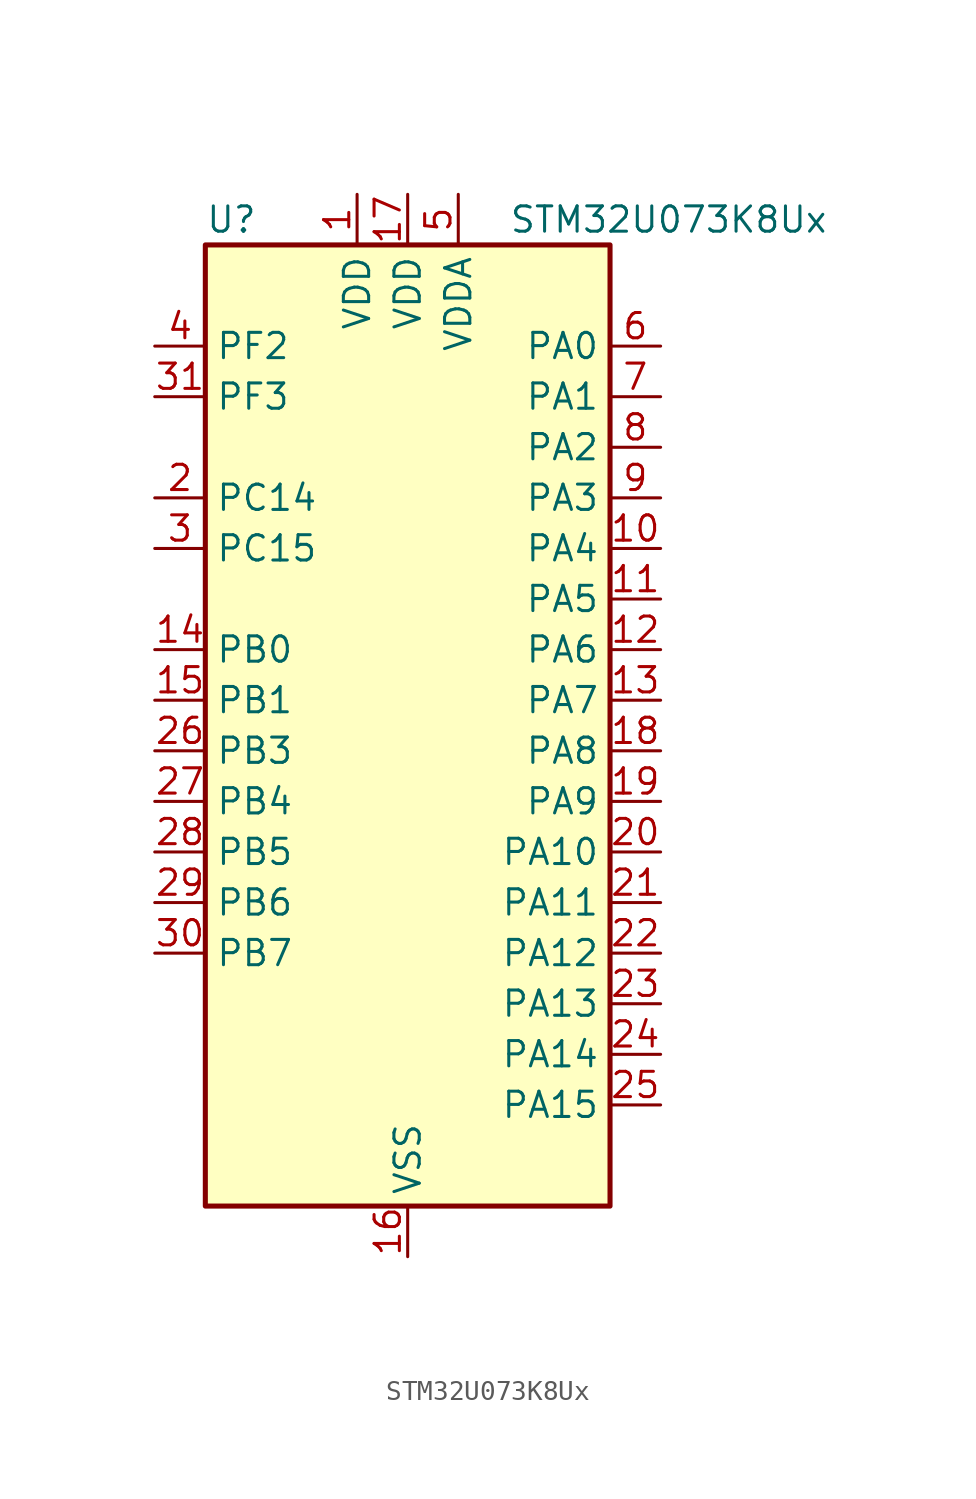
<source format=kicad_sym>
(kicad_symbol_lib
  (version 20241209)
  (generator "kicad_symbol_editor")
  (generator_version "9.0")
  (symbol "STM32U073K8Ux"
    (property "Reference" "U"
      (at -10.16 26.67 0)
      (effects (font (size 1.27 1.27)) (justify left)))
    (property "Value" "STM32U073K8Ux"
      (at 5.08 26.67 0)
      (effects (font (size 1.27 1.27)) (justify left)))
    (symbol "STM32U073K8Ux_0_1"
      (rectangle (start -10.16 -22.86) (end 10.16 25.4) (stroke (width 0.254) (type default)) (fill (type background))))
    (symbol "STM32U073K8Ux_1_1"
      (pin bidirectional line (at -12.7 20.32 0) (length 2.54) (name "PF2" (effects (font (size 1.27 1.27)))) (number "4" (effects (font (size 1.27 1.27)))) (alternate "RCC_MCO" bidirectional line))
      (pin bidirectional line (at -12.7 17.78 0) (length 2.54) (name "PF3" (effects (font (size 1.27 1.27)))) (number "31" (effects (font (size 1.27 1.27)))))
      (pin bidirectional line (at -12.7 12.7 0) (length 2.54) (name "PC14" (effects (font (size 1.27 1.27)))) (number "2" (effects (font (size 1.27 1.27)))) (alternate "RCC_OSC32_IN" bidirectional line))
      (pin bidirectional line (at -12.7 10.16 0) (length 2.54) (name "PC15" (effects (font (size 1.27 1.27)))) (number "3" (effects (font (size 1.27 1.27)))) (alternate "RCC_OSC32_EN" bidirectional line) (alternate "RCC_OSC32_OUT" bidirectional line) (alternate "RCC_OSC_EN" bidirectional line))
      (pin bidirectional line (at -12.7 5.08 0) (length 2.54) (name "PB0" (effects (font (size 1.27 1.27)))) (number "14" (effects (font (size 1.27 1.27)))) (alternate "ADC1_IN17" bidirectional line) (alternate "COMP1_OUT" bidirectional line) (alternate "LCD_SEG5" bidirectional line) (alternate "LPTIM3_CH1" bidirectional line) (alternate "LPUART2_CTS" bidirectional line) (alternate "SPI1_NSS" bidirectional line) (alternate "TIM1_CH2N" bidirectional line) (alternate "TIM3_CH3" bidirectional line) (alternate "TSC_G5_IO2" bidirectional line) (alternate "USART3_CK" bidirectional line))
      (pin bidirectional line (at -12.7 2.54 0) (length 2.54) (name "PB1" (effects (font (size 1.27 1.27)))) (number "15" (effects (font (size 1.27 1.27)))) (alternate "ADC1_IN18" bidirectional line) (alternate "COMP1_INM" bidirectional line) (alternate "LCD_SEG6" bidirectional line) (alternate "LPTIM2_IN1" bidirectional line) (alternate "LPTIM3_CH2" bidirectional line) (alternate "LPUART1_DE" bidirectional line) (alternate "LPUART1_RTS" bidirectional line) (alternate "LPUART2_DE" bidirectional line) (alternate "LPUART2_RTS" bidirectional line) (alternate "TIM1_CH3N" bidirectional line) (alternate "TIM3_CH4" bidirectional line) (alternate "TSC_SYNC" bidirectional line) (alternate "USART3_DE" bidirectional line) (alternate "USART3_RTS" bidirectional line))
      (pin bidirectional line (at -12.7 0 0) (length 2.54) (name "PB3" (effects (font (size 1.27 1.27)))) (number "26" (effects (font (size 1.27 1.27)))) (alternate "COMP2_INM" bidirectional line) (alternate "DEBUG_JTDO-SWO" bidirectional line) (alternate "I2C2_SCL" bidirectional line) (alternate "I2C3_SCL" bidirectional line) (alternate "LCD_SEG7" bidirectional line) (alternate "LPTIM1_CH3" bidirectional line) (alternate "SPI1_SCK" bidirectional line) (alternate "SPI3_SCK" bidirectional line) (alternate "TIM2_CH2" bidirectional line) (alternate "USART1_DE" bidirectional line) (alternate "USART1_RTS" bidirectional line))
      (pin bidirectional line (at -12.7 -2.54 0) (length 2.54) (name "PB4" (effects (font (size 1.27 1.27)))) (number "27" (effects (font (size 1.27 1.27)))) (alternate "COMP2_INP" bidirectional line) (alternate "I2C2_SDA" bidirectional line) (alternate "I2C3_SDA" bidirectional line) (alternate "LCD_SEG8" bidirectional line) (alternate "LPTIM1_CH4" bidirectional line) (alternate "LPUART3_DE" bidirectional line) (alternate "LPUART3_RTS" bidirectional line) (alternate "SPI1_MISO" bidirectional line) (alternate "SPI3_MISO" bidirectional line) (alternate "TIM3_CH1" bidirectional line) (alternate "TSC_G2_IO1" bidirectional line) (alternate "USART1_CTS" bidirectional line))
      (pin bidirectional line (at -12.7 -5.08 0) (length 2.54) (name "PB5" (effects (font (size 1.27 1.27)))) (number "28" (effects (font (size 1.27 1.27)))) (alternate "COMP2_OUT" bidirectional line) (alternate "LCD_SEG9" bidirectional line) (alternate "LPTIM1_IN1" bidirectional line) (alternate "LPUART3_CTS" bidirectional line) (alternate "SPI1_MOSI" bidirectional line) (alternate "SPI3_MOSI" bidirectional line) (alternate "TIM16_BKIN" bidirectional line) (alternate "TIM3_CH2" bidirectional line) (alternate "TSC_G2_IO2" bidirectional line) (alternate "USART1_CK" bidirectional line))
      (pin bidirectional line (at -12.7 -7.62 0) (length 2.54) (name "PB6" (effects (font (size 1.27 1.27)))) (number "29" (effects (font (size 1.27 1.27)))) (alternate "COMP2_INP" bidirectional line) (alternate "I2C1_SCL" bidirectional line) (alternate "I2C2_SCL" bidirectional line) (alternate "I2C4_SCL" bidirectional line) (alternate "LPTIM1_ETR" bidirectional line) (alternate "LPUART2_TX" bidirectional line) (alternate "LPUART3_TX" bidirectional line) (alternate "TIM16_CH1N" bidirectional line) (alternate "TSC_G2_IO3" bidirectional line) (alternate "USART1_TX" bidirectional line))
      (pin bidirectional line (at -12.7 -10.16 0) (length 2.54) (name "PB7" (effects (font (size 1.27 1.27)))) (number "30" (effects (font (size 1.27 1.27)))) (alternate "COMP2_INM" bidirectional line) (alternate "I2C1_SDA" bidirectional line) (alternate "I2C2_SDA" bidirectional line) (alternate "I2C4_SDA" bidirectional line) (alternate "LCD_SEG21" bidirectional line) (alternate "LPTIM1_IN2" bidirectional line) (alternate "LPUART2_RX" bidirectional line) (alternate "LPUART3_RX" bidirectional line) (alternate "PWR_PVD_IN" bidirectional line) (alternate "TSC_G2_IO4" bidirectional line) (alternate "USART1_RX" bidirectional line) (alternate "USART4_CTS" bidirectional line))
      (pin power_in line (at -2.54 27.94 270) (length 2.54) (name "VDD" (effects (font (size 1.27 1.27)))) (number "1" (effects (font (size 1.27 1.27)))))
      (pin power_in line (at 0 27.94 270) (length 2.54) (name "VDD" (effects (font (size 1.27 1.27)))) (number "17" (effects (font (size 1.27 1.27)))))
      (pin power_in line (at 0 -25.4 90) (length 2.54) (name "VSS" (effects (font (size 1.27 1.27)))) (number "16" (effects (font (size 1.27 1.27)))))
      (pin passive line (at 0 -25.4 90) (length 2.54) (hide yes) (name "VSS" (effects (font (size 1.27 1.27)))) (number "32" (effects (font (size 1.27 1.27)))))
      (pin passive line (at 0 -25.4 90) (length 2.54) (hide yes) (name "VSS" (effects (font (size 1.27 1.27)))) (number "33" (effects (font (size 1.27 1.27)))))
      (pin power_in line (at 2.54 27.94 270) (length 2.54) (name "VDDA" (effects (font (size 1.27 1.27)))) (number "5" (effects (font (size 1.27 1.27)))))
      (pin bidirectional line (at 12.7 20.32 180) (length 2.54) (name "PA0" (effects (font (size 1.27 1.27)))) (number "6" (effects (font (size 1.27 1.27)))) (alternate "ADC1_IN4" bidirectional line) (alternate "COMP1_INM" bidirectional line) (alternate "COMP1_OUT" bidirectional line) (alternate "LCD_SEG42" bidirectional line) (alternate "OPAMP1_VINP" bidirectional line) (alternate "PWR_WKUP1" bidirectional line) (alternate "TAMP_IN2" bidirectional line) (alternate "TIM2_CH1" bidirectional line) (alternate "TIM2_ETR" bidirectional line) (alternate "USART2_CTS" bidirectional line) (alternate "USART4_TX" bidirectional line))
      (pin bidirectional line (at 12.7 17.78 180) (length 2.54) (name "PA1" (effects (font (size 1.27 1.27)))) (number "7" (effects (font (size 1.27 1.27)))) (alternate "ADC1_IN5" bidirectional line) (alternate "COMP1_INP" bidirectional line) (alternate "LCD_SEG0" bidirectional line) (alternate "LPTIM1_CH2" bidirectional line) (alternate "OPAMP1_VINM" bidirectional line) (alternate "PWR_WKUP3" bidirectional line) (alternate "SPI1_SCK" bidirectional line) (alternate "SPI2_SCK" bidirectional line) (alternate "TAMP_IN5" bidirectional line) (alternate "TIM15_CH1N" bidirectional line) (alternate "TIM2_CH2" bidirectional line) (alternate "USART2_DE" bidirectional line) (alternate "USART2_RTS" bidirectional line) (alternate "USART4_RX" bidirectional line))
      (pin bidirectional line (at 12.7 15.24 180) (length 2.54) (name "PA2" (effects (font (size 1.27 1.27)))) (number "8" (effects (font (size 1.27 1.27)))) (alternate "ADC1_IN6" bidirectional line) (alternate "COMP2_INM" bidirectional line) (alternate "COMP2_OUT" bidirectional line) (alternate "LCD_SEG1" bidirectional line) (alternate "LPUART1_TX" bidirectional line) (alternate "PWR_WKUP4" bidirectional line) (alternate "RCC_LSCO" bidirectional line) (alternate "TIM15_CH1" bidirectional line) (alternate "TIM2_CH3" bidirectional line) (alternate "USART2_TX" bidirectional line))
      (pin bidirectional line (at 12.7 12.7 180) (length 2.54) (name "PA3" (effects (font (size 1.27 1.27)))) (number "9" (effects (font (size 1.27 1.27)))) (alternate "ADC1_IN7" bidirectional line) (alternate "COMP2_INP" bidirectional line) (alternate "LCD_SEG2" bidirectional line) (alternate "LPUART1_RX" bidirectional line) (alternate "OPAMP1_VOUT" bidirectional line) (alternate "TIM15_CH2" bidirectional line) (alternate "TIM2_CH4" bidirectional line) (alternate "USART2_RX" bidirectional line))
      (pin bidirectional line (at 12.7 10.16 180) (length 2.54) (name "PA4" (effects (font (size 1.27 1.27)))) (number "10" (effects (font (size 1.27 1.27)))) (alternate "ADC1_IN8" bidirectional line) (alternate "COMP1_INM" bidirectional line) (alternate "COMP2_INM" bidirectional line) (alternate "DAC1_OUT1" bidirectional line) (alternate "LCD_SEG43" bidirectional line) (alternate "LPTIM2_CH1" bidirectional line) (alternate "LPUART3_TX" bidirectional line) (alternate "SPI1_NSS" bidirectional line) (alternate "SPI3_NSS" bidirectional line) (alternate "USART2_CK" bidirectional line))
      (pin bidirectional line (at 12.7 7.62 180) (length 2.54) (name "PA5" (effects (font (size 1.27 1.27)))) (number "11" (effects (font (size 1.27 1.27)))) (alternate "ADC1_IN9" bidirectional line) (alternate "COMP1_INM" bidirectional line) (alternate "COMP2_INM" bidirectional line) (alternate "LCD_SEG44" bidirectional line) (alternate "LPTIM2_ETR" bidirectional line) (alternate "LPUART3_RX" bidirectional line) (alternate "SPI1_SCK" bidirectional line) (alternate "TIM2_CH1" bidirectional line) (alternate "TIM2_ETR" bidirectional line) (alternate "USART3_TX" bidirectional line))
      (pin bidirectional line (at 12.7 5.08 180) (length 2.54) (name "PA6" (effects (font (size 1.27 1.27)))) (number "12" (effects (font (size 1.27 1.27)))) (alternate "ADC1_IN10" bidirectional line) (alternate "COMP1_OUT" bidirectional line) (alternate "I2C2_SDA" bidirectional line) (alternate "I2C3_SDA" bidirectional line) (alternate "LCD_SEG3" bidirectional line) (alternate "LPUART1_CTS" bidirectional line) (alternate "SPI1_MISO" bidirectional line) (alternate "TIM16_CH1" bidirectional line) (alternate "TIM1_BKIN" bidirectional line) (alternate "TIM3_CH1" bidirectional line) (alternate "TSC_G5_IO1" bidirectional line) (alternate "USART3_CTS" bidirectional line))
      (pin bidirectional line (at 12.7 2.54 180) (length 2.54) (name "PA7" (effects (font (size 1.27 1.27)))) (number "13" (effects (font (size 1.27 1.27)))) (alternate "ADC1_IN14" bidirectional line) (alternate "COMP2_OUT" bidirectional line) (alternate "I2C2_SCL" bidirectional line) (alternate "I2C3_SCL" bidirectional line) (alternate "LCD_SEG4" bidirectional line) (alternate "LPTIM2_CH2" bidirectional line) (alternate "SPI1_MOSI" bidirectional line) (alternate "TIM1_CH1N" bidirectional line) (alternate "TIM3_CH2" bidirectional line) (alternate "USART3_RX" bidirectional line))
      (pin bidirectional line (at 12.7 0 180) (length 2.54) (name "PA8" (effects (font (size 1.27 1.27)))) (number "18" (effects (font (size 1.27 1.27)))) (alternate "LCD_COM0" bidirectional line) (alternate "LPTIM2_CH1" bidirectional line) (alternate "RCC_MCO" bidirectional line) (alternate "RCC_MCO2" bidirectional line) (alternate "TIM1_CH1" bidirectional line) (alternate "TSC_G7_IO1" bidirectional line) (alternate "USART1_CK" bidirectional line))
      (pin bidirectional line (at 12.7 -2.54 180) (length 2.54) (name "PA9" (effects (font (size 1.27 1.27)))) (number "19" (effects (font (size 1.27 1.27)))) (alternate "COMP1_INP" bidirectional line) (alternate "DAC1_EXTI9" bidirectional line) (alternate "I2C1_SCL" bidirectional line) (alternate "I2C2_SCL" bidirectional line) (alternate "LCD_COM1" bidirectional line) (alternate "RCC_MCO" bidirectional line) (alternate "TIM15_BKIN" bidirectional line) (alternate "TIM1_CH2" bidirectional line) (alternate "TSC_G7_IO2" bidirectional line) (alternate "USART1_TX" bidirectional line))
      (pin bidirectional line (at 12.7 -5.08 180) (length 2.54) (name "PA10" (effects (font (size 1.27 1.27)))) (number "20" (effects (font (size 1.27 1.27)))) (alternate "CRS_SYNC" bidirectional line) (alternate "I2C1_SDA" bidirectional line) (alternate "I2C2_SDA" bidirectional line) (alternate "LCD_COM2" bidirectional line) (alternate "RCC_MCO2" bidirectional line) (alternate "SPI2_NSS" bidirectional line) (alternate "TIM1_CH3" bidirectional line) (alternate "TSC_G7_IO3" bidirectional line) (alternate "USART1_RX" bidirectional line))
      (pin bidirectional line (at 12.7 -7.62 180) (length 2.54) (name "PA11" (effects (font (size 1.27 1.27)))) (number "21" (effects (font (size 1.27 1.27)))) (alternate "ADC1_EXTI11" bidirectional line) (alternate "COMP1_OUT" bidirectional line) (alternate "SPI1_MISO" bidirectional line) (alternate "SPI2_MISO" bidirectional line) (alternate "TIM1_BKIN2" bidirectional line) (alternate "TIM1_CH4" bidirectional line) (alternate "USART1_CTS" bidirectional line) (alternate "USB_DM" bidirectional line))
      (pin bidirectional line (at 12.7 -10.16 180) (length 2.54) (name "PA12" (effects (font (size 1.27 1.27)))) (number "22" (effects (font (size 1.27 1.27)))) (alternate "SPI1_MOSI" bidirectional line) (alternate "SPI2_MOSI" bidirectional line) (alternate "TIM1_ETR" bidirectional line) (alternate "USART1_DE" bidirectional line) (alternate "USART1_RTS" bidirectional line) (alternate "USB_DP" bidirectional line))
      (pin bidirectional line (at 12.7 -12.7 180) (length 2.54) (name "PA13" (effects (font (size 1.27 1.27)))) (number "23" (effects (font (size 1.27 1.27)))) (alternate "DEBUG_JTMS-SWDIO" bidirectional line) (alternate "IR_OUT" bidirectional line) (alternate "LCD_SEG40" bidirectional line) (alternate "TSC_G7_IO4" bidirectional line) (alternate "USB_NOE" bidirectional line))
      (pin bidirectional line (at 12.7 -15.24 180) (length 2.54) (name "PA14" (effects (font (size 1.27 1.27)))) (number "24" (effects (font (size 1.27 1.27)))) (alternate "DEBUG_JTCK-SWCLK" bidirectional line) (alternate "LCD_SEG41" bidirectional line) (alternate "LPTIM1_CH1" bidirectional line) (alternate "TSC_G3_IO4" bidirectional line))
      (pin bidirectional line (at 12.7 -17.78 180) (length 2.54) (name "PA15" (effects (font (size 1.27 1.27)))) (number "25" (effects (font (size 1.27 1.27)))) (alternate "DEBUG_JTDI" bidirectional line) (alternate "LCD_SEG17" bidirectional line) (alternate "LPTIM3_CH3" bidirectional line) (alternate "LPTIM3_IN2" bidirectional line) (alternate "SPI1_NSS" bidirectional line) (alternate "SPI3_NSS" bidirectional line) (alternate "TIM2_CH1" bidirectional line) (alternate "TIM2_ETR" bidirectional line) (alternate "TSC_G3_IO1" bidirectional line) (alternate "USART2_RX" bidirectional line) (alternate "USART3_DE" bidirectional line) (alternate "USART3_RTS" bidirectional line) (alternate "USART4_DE" bidirectional line) (alternate "USART4_RTS" bidirectional line)))))
</source>
